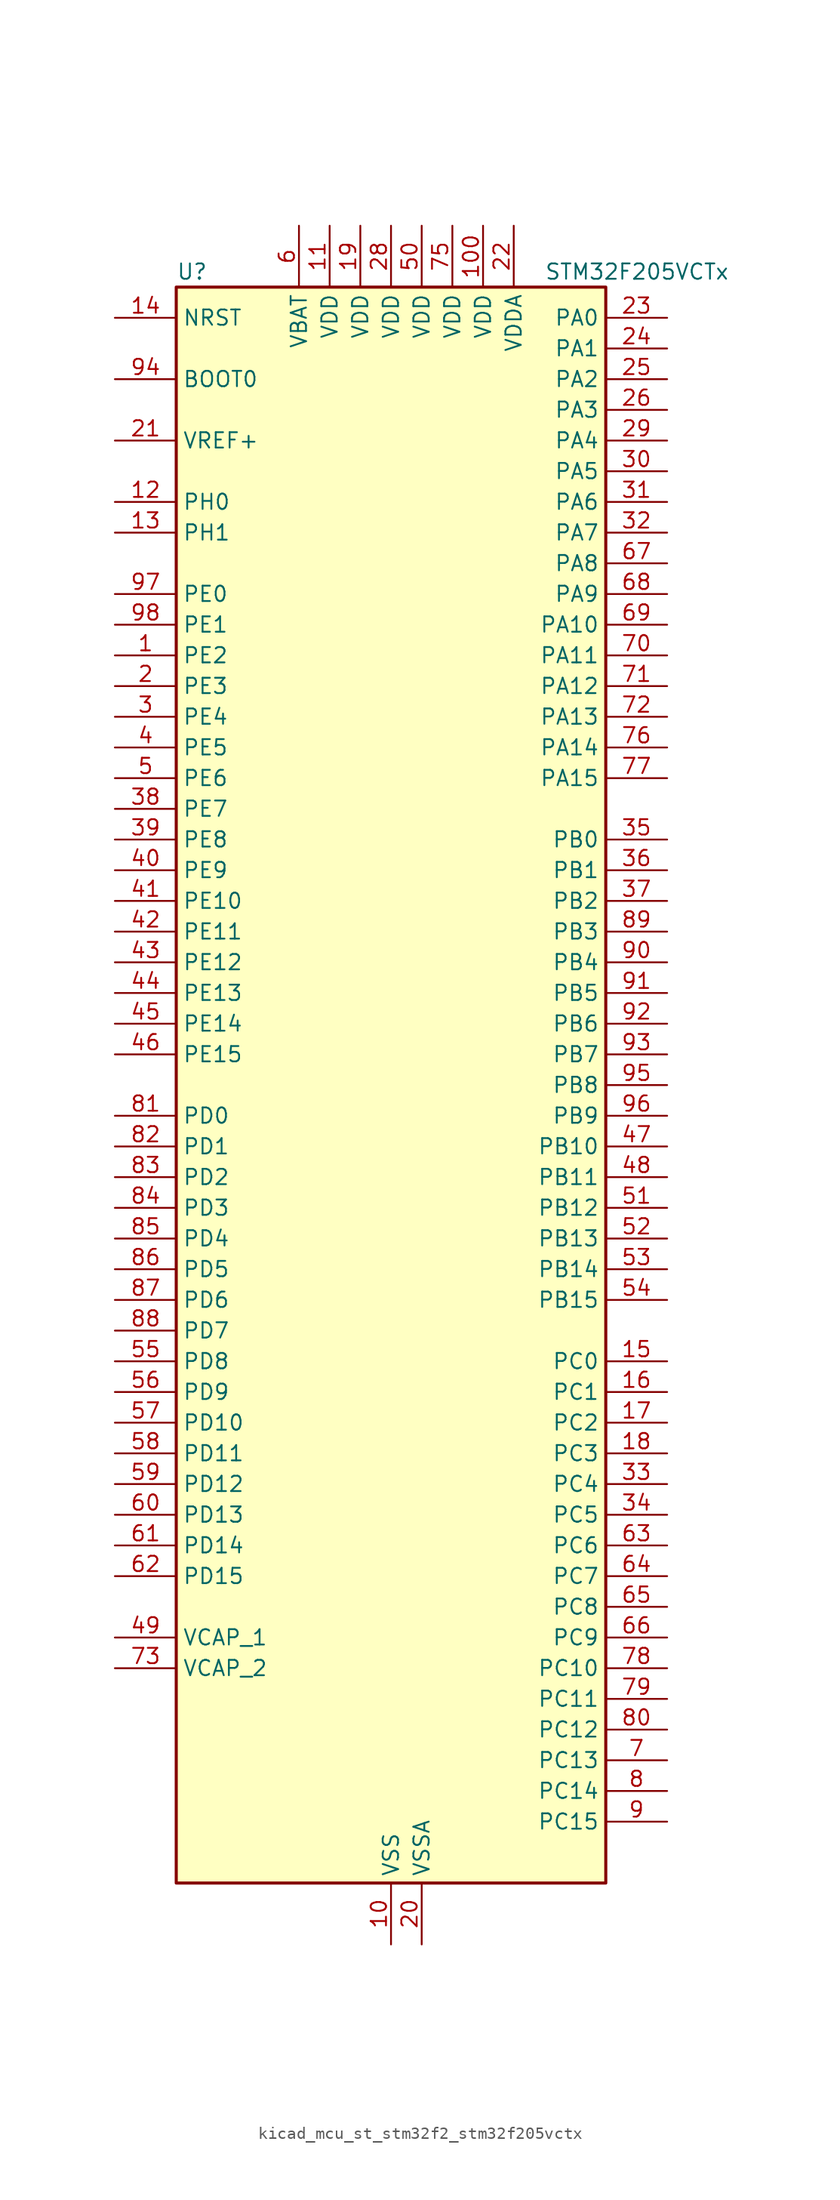
<source format=kicad_sym>
(kicad_symbol_lib
  (version 20220914)
  (generator kicad_symbol_editor)
  (symbol "kicad_mcu_st_stm32f2_stm32f205vctx"
    (property "Reference" "U"
      (at -17.78 67.31 0)
      (effects (font (size 1.27 1.27)) (justify left)))
    (property "Value" "STM32F205VCTx"
      (at 12.7 67.31 0)
      (effects (font (size 1.27 1.27)) (justify left)))
    (property "ki_locked" ""
      (at 0 0 0)
      (effects (font (size 1.27 1.27))))
    (symbol "kicad_mcu_st_stm32f2_stm32f205vctx_0_1"
      (rectangle (start -17.78 -66.04) (end 17.78 66.04) (stroke (width 0.254) (type default)) (fill (type background))))
    (symbol "kicad_mcu_st_stm32f2_stm32f205vctx_1_1"
      (pin bidirectional line (at -22.86 35.56 0) (length 5.08) (name "PE2" (effects (font (size 1.27 1.27)))) (number "1" (effects (font (size 1.27 1.27)))) (alternate "FSMC_A23" bidirectional line) (alternate "SYS_TRACECLK" bidirectional line))
      (pin power_in line (at 0 -71.12 90) (length 5.08) (name "VSS" (effects (font (size 1.27 1.27)))) (number "10" (effects (font (size 1.27 1.27)))))
      (pin power_in line (at 7.62 71.12 270) (length 5.08) (name "VDD" (effects (font (size 1.27 1.27)))) (number "100" (effects (font (size 1.27 1.27)))))
      (pin power_in line (at -5.08 71.12 270) (length 5.08) (name "VDD" (effects (font (size 1.27 1.27)))) (number "11" (effects (font (size 1.27 1.27)))))
      (pin bidirectional line (at -22.86 48.26 0) (length 5.08) (name "PH0" (effects (font (size 1.27 1.27)))) (number "12" (effects (font (size 1.27 1.27)))) (alternate "RCC_OSC_IN" bidirectional line))
      (pin bidirectional line (at -22.86 45.72 0) (length 5.08) (name "PH1" (effects (font (size 1.27 1.27)))) (number "13" (effects (font (size 1.27 1.27)))) (alternate "RCC_OSC_OUT" bidirectional line))
      (pin input line (at -22.86 63.5 0) (length 5.08) (name "NRST" (effects (font (size 1.27 1.27)))) (number "14" (effects (font (size 1.27 1.27)))))
      (pin bidirectional line (at 22.86 -22.86 180) (length 5.08) (name "PC0" (effects (font (size 1.27 1.27)))) (number "15" (effects (font (size 1.27 1.27)))) (alternate "ADC1_IN10" bidirectional line) (alternate "ADC2_IN10" bidirectional line) (alternate "ADC3_IN10" bidirectional line) (alternate "USB_OTG_HS_ULPI_STP" bidirectional line))
      (pin bidirectional line (at 22.86 -25.4 180) (length 5.08) (name "PC1" (effects (font (size 1.27 1.27)))) (number "16" (effects (font (size 1.27 1.27)))) (alternate "ADC1_IN11" bidirectional line) (alternate "ADC2_IN11" bidirectional line) (alternate "ADC3_IN11" bidirectional line))
      (pin bidirectional line (at 22.86 -27.94 180) (length 5.08) (name "PC2" (effects (font (size 1.27 1.27)))) (number "17" (effects (font (size 1.27 1.27)))) (alternate "ADC1_IN12" bidirectional line) (alternate "ADC2_IN12" bidirectional line) (alternate "ADC3_IN12" bidirectional line) (alternate "SPI2_MISO" bidirectional line) (alternate "USB_OTG_HS_ULPI_DIR" bidirectional line))
      (pin bidirectional line (at 22.86 -30.48 180) (length 5.08) (name "PC3" (effects (font (size 1.27 1.27)))) (number "18" (effects (font (size 1.27 1.27)))) (alternate "ADC1_IN13" bidirectional line) (alternate "ADC2_IN13" bidirectional line) (alternate "ADC3_IN13" bidirectional line) (alternate "I2S2_SD" bidirectional line) (alternate "SPI2_MOSI" bidirectional line) (alternate "USB_OTG_HS_ULPI_NXT" bidirectional line))
      (pin power_in line (at -2.54 71.12 270) (length 5.08) (name "VDD" (effects (font (size 1.27 1.27)))) (number "19" (effects (font (size 1.27 1.27)))))
      (pin bidirectional line (at -22.86 33.02 0) (length 5.08) (name "PE3" (effects (font (size 1.27 1.27)))) (number "2" (effects (font (size 1.27 1.27)))) (alternate "FSMC_A19" bidirectional line) (alternate "SYS_TRACED0" bidirectional line))
      (pin power_in line (at 2.54 -71.12 90) (length 5.08) (name "VSSA" (effects (font (size 1.27 1.27)))) (number "20" (effects (font (size 1.27 1.27)))))
      (pin input line (at -22.86 53.34 0) (length 5.08) (name "VREF+" (effects (font (size 1.27 1.27)))) (number "21" (effects (font (size 1.27 1.27)))))
      (pin power_in line (at 10.16 71.12 270) (length 5.08) (name "VDDA" (effects (font (size 1.27 1.27)))) (number "22" (effects (font (size 1.27 1.27)))))
      (pin bidirectional line (at 22.86 63.5 180) (length 5.08) (name "PA0" (effects (font (size 1.27 1.27)))) (number "23" (effects (font (size 1.27 1.27)))) (alternate "ADC1_IN0" bidirectional line) (alternate "ADC2_IN0" bidirectional line) (alternate "ADC3_IN0" bidirectional line) (alternate "SYS_WKUP" bidirectional line) (alternate "TIM2_CH1" bidirectional line) (alternate "TIM2_ETR" bidirectional line) (alternate "TIM5_CH1" bidirectional line) (alternate "TIM8_ETR" bidirectional line) (alternate "UART4_TX" bidirectional line) (alternate "USART2_CTS" bidirectional line))
      (pin bidirectional line (at 22.86 60.96 180) (length 5.08) (name "PA1" (effects (font (size 1.27 1.27)))) (number "24" (effects (font (size 1.27 1.27)))) (alternate "ADC1_IN1" bidirectional line) (alternate "ADC2_IN1" bidirectional line) (alternate "ADC3_IN1" bidirectional line) (alternate "TIM2_CH2" bidirectional line) (alternate "TIM5_CH2" bidirectional line) (alternate "UART4_RX" bidirectional line) (alternate "USART2_RTS" bidirectional line))
      (pin bidirectional line (at 22.86 58.42 180) (length 5.08) (name "PA2" (effects (font (size 1.27 1.27)))) (number "25" (effects (font (size 1.27 1.27)))) (alternate "ADC1_IN2" bidirectional line) (alternate "ADC2_IN2" bidirectional line) (alternate "ADC3_IN2" bidirectional line) (alternate "TIM2_CH3" bidirectional line) (alternate "TIM5_CH3" bidirectional line) (alternate "TIM9_CH1" bidirectional line) (alternate "USART2_TX" bidirectional line))
      (pin bidirectional line (at 22.86 55.88 180) (length 5.08) (name "PA3" (effects (font (size 1.27 1.27)))) (number "26" (effects (font (size 1.27 1.27)))) (alternate "ADC1_IN3" bidirectional line) (alternate "ADC2_IN3" bidirectional line) (alternate "ADC3_IN3" bidirectional line) (alternate "TIM2_CH4" bidirectional line) (alternate "TIM5_CH4" bidirectional line) (alternate "TIM9_CH2" bidirectional line) (alternate "USART2_RX" bidirectional line) (alternate "USB_OTG_HS_ULPI_D0" bidirectional line))
      (pin passive line (at 0 -71.12 90) (length 5.08) hide (name "VSS" (effects (font (size 1.27 1.27)))) (number "27" (effects (font (size 1.27 1.27)))))
      (pin power_in line (at 0 71.12 270) (length 5.08) (name "VDD" (effects (font (size 1.27 1.27)))) (number "28" (effects (font (size 1.27 1.27)))))
      (pin bidirectional line (at 22.86 53.34 180) (length 5.08) (name "PA4" (effects (font (size 1.27 1.27)))) (number "29" (effects (font (size 1.27 1.27)))) (alternate "ADC1_IN4" bidirectional line) (alternate "ADC2_IN4" bidirectional line) (alternate "DAC_OUT1" bidirectional line) (alternate "I2S3_WS" bidirectional line) (alternate "SPI1_NSS" bidirectional line) (alternate "SPI3_NSS" bidirectional line) (alternate "USART2_CK" bidirectional line) (alternate "USB_OTG_HS_SOF" bidirectional line))
      (pin bidirectional line (at -22.86 30.48 0) (length 5.08) (name "PE4" (effects (font (size 1.27 1.27)))) (number "3" (effects (font (size 1.27 1.27)))) (alternate "FSMC_A20" bidirectional line) (alternate "SYS_TRACED1" bidirectional line))
      (pin bidirectional line (at 22.86 50.8 180) (length 5.08) (name "PA5" (effects (font (size 1.27 1.27)))) (number "30" (effects (font (size 1.27 1.27)))) (alternate "ADC1_IN5" bidirectional line) (alternate "ADC2_IN5" bidirectional line) (alternate "DAC_OUT2" bidirectional line) (alternate "SPI1_SCK" bidirectional line) (alternate "TIM2_CH1" bidirectional line) (alternate "TIM2_ETR" bidirectional line) (alternate "TIM8_CH1N" bidirectional line) (alternate "USB_OTG_HS_ULPI_CK" bidirectional line))
      (pin bidirectional line (at 22.86 48.26 180) (length 5.08) (name "PA6" (effects (font (size 1.27 1.27)))) (number "31" (effects (font (size 1.27 1.27)))) (alternate "ADC1_IN6" bidirectional line) (alternate "ADC2_IN6" bidirectional line) (alternate "SPI1_MISO" bidirectional line) (alternate "TIM13_CH1" bidirectional line) (alternate "TIM1_BKIN" bidirectional line) (alternate "TIM3_CH1" bidirectional line) (alternate "TIM8_BKIN" bidirectional line))
      (pin bidirectional line (at 22.86 45.72 180) (length 5.08) (name "PA7" (effects (font (size 1.27 1.27)))) (number "32" (effects (font (size 1.27 1.27)))) (alternate "ADC1_IN7" bidirectional line) (alternate "ADC2_IN7" bidirectional line) (alternate "SPI1_MOSI" bidirectional line) (alternate "TIM14_CH1" bidirectional line) (alternate "TIM1_CH1N" bidirectional line) (alternate "TIM3_CH2" bidirectional line) (alternate "TIM8_CH1N" bidirectional line))
      (pin bidirectional line (at 22.86 -33.02 180) (length 5.08) (name "PC4" (effects (font (size 1.27 1.27)))) (number "33" (effects (font (size 1.27 1.27)))) (alternate "ADC1_IN14" bidirectional line) (alternate "ADC2_IN14" bidirectional line))
      (pin bidirectional line (at 22.86 -35.56 180) (length 5.08) (name "PC5" (effects (font (size 1.27 1.27)))) (number "34" (effects (font (size 1.27 1.27)))) (alternate "ADC1_IN15" bidirectional line) (alternate "ADC2_IN15" bidirectional line))
      (pin bidirectional line (at 22.86 20.32 180) (length 5.08) (name "PB0" (effects (font (size 1.27 1.27)))) (number "35" (effects (font (size 1.27 1.27)))) (alternate "ADC1_IN8" bidirectional line) (alternate "ADC2_IN8" bidirectional line) (alternate "TIM1_CH2N" bidirectional line) (alternate "TIM3_CH3" bidirectional line) (alternate "TIM8_CH2N" bidirectional line) (alternate "USB_OTG_HS_ULPI_D1" bidirectional line))
      (pin bidirectional line (at 22.86 17.78 180) (length 5.08) (name "PB1" (effects (font (size 1.27 1.27)))) (number "36" (effects (font (size 1.27 1.27)))) (alternate "ADC1_IN9" bidirectional line) (alternate "ADC2_IN9" bidirectional line) (alternate "TIM1_CH3N" bidirectional line) (alternate "TIM3_CH4" bidirectional line) (alternate "TIM8_CH3N" bidirectional line) (alternate "USB_OTG_HS_ULPI_D2" bidirectional line))
      (pin bidirectional line (at 22.86 15.24 180) (length 5.08) (name "PB2" (effects (font (size 1.27 1.27)))) (number "37" (effects (font (size 1.27 1.27)))))
      (pin bidirectional line (at -22.86 22.86 0) (length 5.08) (name "PE7" (effects (font (size 1.27 1.27)))) (number "38" (effects (font (size 1.27 1.27)))) (alternate "FSMC_D4" bidirectional line) (alternate "FSMC_DA4" bidirectional line) (alternate "TIM1_ETR" bidirectional line))
      (pin bidirectional line (at -22.86 20.32 0) (length 5.08) (name "PE8" (effects (font (size 1.27 1.27)))) (number "39" (effects (font (size 1.27 1.27)))) (alternate "FSMC_D5" bidirectional line) (alternate "FSMC_DA5" bidirectional line) (alternate "TIM1_CH1N" bidirectional line))
      (pin bidirectional line (at -22.86 27.94 0) (length 5.08) (name "PE5" (effects (font (size 1.27 1.27)))) (number "4" (effects (font (size 1.27 1.27)))) (alternate "FSMC_A21" bidirectional line) (alternate "SYS_TRACED2" bidirectional line) (alternate "TIM9_CH1" bidirectional line))
      (pin bidirectional line (at -22.86 17.78 0) (length 5.08) (name "PE9" (effects (font (size 1.27 1.27)))) (number "40" (effects (font (size 1.27 1.27)))) (alternate "DAC_EXTI9" bidirectional line) (alternate "FSMC_D6" bidirectional line) (alternate "FSMC_DA6" bidirectional line) (alternate "TIM1_CH1" bidirectional line))
      (pin bidirectional line (at -22.86 15.24 0) (length 5.08) (name "PE10" (effects (font (size 1.27 1.27)))) (number "41" (effects (font (size 1.27 1.27)))) (alternate "FSMC_D7" bidirectional line) (alternate "FSMC_DA7" bidirectional line) (alternate "TIM1_CH2N" bidirectional line))
      (pin bidirectional line (at -22.86 12.7 0) (length 5.08) (name "PE11" (effects (font (size 1.27 1.27)))) (number "42" (effects (font (size 1.27 1.27)))) (alternate "ADC1_EXTI11" bidirectional line) (alternate "ADC2_EXTI11" bidirectional line) (alternate "ADC3_EXTI11" bidirectional line) (alternate "FSMC_D8" bidirectional line) (alternate "FSMC_DA8" bidirectional line) (alternate "TIM1_CH2" bidirectional line))
      (pin bidirectional line (at -22.86 10.16 0) (length 5.08) (name "PE12" (effects (font (size 1.27 1.27)))) (number "43" (effects (font (size 1.27 1.27)))) (alternate "FSMC_D9" bidirectional line) (alternate "FSMC_DA9" bidirectional line) (alternate "TIM1_CH3N" bidirectional line))
      (pin bidirectional line (at -22.86 7.62 0) (length 5.08) (name "PE13" (effects (font (size 1.27 1.27)))) (number "44" (effects (font (size 1.27 1.27)))) (alternate "FSMC_D10" bidirectional line) (alternate "FSMC_DA10" bidirectional line) (alternate "TIM1_CH3" bidirectional line))
      (pin bidirectional line (at -22.86 5.08 0) (length 5.08) (name "PE14" (effects (font (size 1.27 1.27)))) (number "45" (effects (font (size 1.27 1.27)))) (alternate "FSMC_D11" bidirectional line) (alternate "FSMC_DA11" bidirectional line) (alternate "TIM1_CH4" bidirectional line))
      (pin bidirectional line (at -22.86 2.54 0) (length 5.08) (name "PE15" (effects (font (size 1.27 1.27)))) (number "46" (effects (font (size 1.27 1.27)))) (alternate "ADC1_EXTI15" bidirectional line) (alternate "ADC2_EXTI15" bidirectional line) (alternate "ADC3_EXTI15" bidirectional line) (alternate "FSMC_D12" bidirectional line) (alternate "FSMC_DA12" bidirectional line) (alternate "TIM1_BKIN" bidirectional line))
      (pin bidirectional line (at 22.86 -5.08 180) (length 5.08) (name "PB10" (effects (font (size 1.27 1.27)))) (number "47" (effects (font (size 1.27 1.27)))) (alternate "I2C2_SCL" bidirectional line) (alternate "I2S2_SCK" bidirectional line) (alternate "SPI2_SCK" bidirectional line) (alternate "TIM2_CH3" bidirectional line) (alternate "USART3_TX" bidirectional line) (alternate "USB_OTG_HS_ULPI_D3" bidirectional line))
      (pin bidirectional line (at 22.86 -7.62 180) (length 5.08) (name "PB11" (effects (font (size 1.27 1.27)))) (number "48" (effects (font (size 1.27 1.27)))) (alternate "ADC1_EXTI11" bidirectional line) (alternate "ADC2_EXTI11" bidirectional line) (alternate "ADC3_EXTI11" bidirectional line) (alternate "I2C2_SDA" bidirectional line) (alternate "TIM2_CH4" bidirectional line) (alternate "USART3_RX" bidirectional line) (alternate "USB_OTG_HS_ULPI_D4" bidirectional line))
      (pin power_out line (at -22.86 -45.72 0) (length 5.08) (name "VCAP_1" (effects (font (size 1.27 1.27)))) (number "49" (effects (font (size 1.27 1.27)))))
      (pin bidirectional line (at -22.86 25.4 0) (length 5.08) (name "PE6" (effects (font (size 1.27 1.27)))) (number "5" (effects (font (size 1.27 1.27)))) (alternate "FSMC_A22" bidirectional line) (alternate "SYS_TRACED3" bidirectional line) (alternate "TIM9_CH2" bidirectional line))
      (pin power_in line (at 2.54 71.12 270) (length 5.08) (name "VDD" (effects (font (size 1.27 1.27)))) (number "50" (effects (font (size 1.27 1.27)))))
      (pin bidirectional line (at 22.86 -10.16 180) (length 5.08) (name "PB12" (effects (font (size 1.27 1.27)))) (number "51" (effects (font (size 1.27 1.27)))) (alternate "CAN2_RX" bidirectional line) (alternate "I2C2_SMBA" bidirectional line) (alternate "I2S2_WS" bidirectional line) (alternate "SPI2_NSS" bidirectional line) (alternate "TIM1_BKIN" bidirectional line) (alternate "USART3_CK" bidirectional line) (alternate "USB_OTG_HS_ID" bidirectional line) (alternate "USB_OTG_HS_ULPI_D5" bidirectional line))
      (pin bidirectional line (at 22.86 -12.7 180) (length 5.08) (name "PB13" (effects (font (size 1.27 1.27)))) (number "52" (effects (font (size 1.27 1.27)))) (alternate "CAN2_TX" bidirectional line) (alternate "I2S2_SCK" bidirectional line) (alternate "SPI2_SCK" bidirectional line) (alternate "TIM1_CH1N" bidirectional line) (alternate "USART3_CTS" bidirectional line) (alternate "USB_OTG_HS_ULPI_D6" bidirectional line) (alternate "USB_OTG_HS_VBUS" bidirectional line))
      (pin bidirectional line (at 22.86 -15.24 180) (length 5.08) (name "PB14" (effects (font (size 1.27 1.27)))) (number "53" (effects (font (size 1.27 1.27)))) (alternate "SPI2_MISO" bidirectional line) (alternate "TIM12_CH1" bidirectional line) (alternate "TIM1_CH2N" bidirectional line) (alternate "TIM8_CH2N" bidirectional line) (alternate "USART3_RTS" bidirectional line) (alternate "USB_OTG_HS_DM" bidirectional line))
      (pin bidirectional line (at 22.86 -17.78 180) (length 5.08) (name "PB15" (effects (font (size 1.27 1.27)))) (number "54" (effects (font (size 1.27 1.27)))) (alternate "ADC1_EXTI15" bidirectional line) (alternate "ADC2_EXTI15" bidirectional line) (alternate "ADC3_EXTI15" bidirectional line) (alternate "I2S2_SD" bidirectional line) (alternate "RTC_REFIN" bidirectional line) (alternate "SPI2_MOSI" bidirectional line) (alternate "TIM12_CH2" bidirectional line) (alternate "TIM1_CH3N" bidirectional line) (alternate "TIM8_CH3N" bidirectional line) (alternate "USB_OTG_HS_DP" bidirectional line))
      (pin bidirectional line (at -22.86 -22.86 0) (length 5.08) (name "PD8" (effects (font (size 1.27 1.27)))) (number "55" (effects (font (size 1.27 1.27)))) (alternate "FSMC_D13" bidirectional line) (alternate "FSMC_DA13" bidirectional line) (alternate "USART3_TX" bidirectional line))
      (pin bidirectional line (at -22.86 -25.4 0) (length 5.08) (name "PD9" (effects (font (size 1.27 1.27)))) (number "56" (effects (font (size 1.27 1.27)))) (alternate "DAC_EXTI9" bidirectional line) (alternate "FSMC_D14" bidirectional line) (alternate "FSMC_DA14" bidirectional line) (alternate "USART3_RX" bidirectional line))
      (pin bidirectional line (at -22.86 -27.94 0) (length 5.08) (name "PD10" (effects (font (size 1.27 1.27)))) (number "57" (effects (font (size 1.27 1.27)))) (alternate "FSMC_D15" bidirectional line) (alternate "FSMC_DA15" bidirectional line) (alternate "USART3_CK" bidirectional line))
      (pin bidirectional line (at -22.86 -30.48 0) (length 5.08) (name "PD11" (effects (font (size 1.27 1.27)))) (number "58" (effects (font (size 1.27 1.27)))) (alternate "ADC1_EXTI11" bidirectional line) (alternate "ADC2_EXTI11" bidirectional line) (alternate "ADC3_EXTI11" bidirectional line) (alternate "FSMC_A16" bidirectional line) (alternate "FSMC_CLE" bidirectional line) (alternate "USART3_CTS" bidirectional line))
      (pin bidirectional line (at -22.86 -33.02 0) (length 5.08) (name "PD12" (effects (font (size 1.27 1.27)))) (number "59" (effects (font (size 1.27 1.27)))) (alternate "FSMC_A17" bidirectional line) (alternate "FSMC_ALE" bidirectional line) (alternate "TIM4_CH1" bidirectional line) (alternate "USART3_RTS" bidirectional line))
      (pin power_in line (at -7.62 71.12 270) (length 5.08) (name "VBAT" (effects (font (size 1.27 1.27)))) (number "6" (effects (font (size 1.27 1.27)))))
      (pin bidirectional line (at -22.86 -35.56 0) (length 5.08) (name "PD13" (effects (font (size 1.27 1.27)))) (number "60" (effects (font (size 1.27 1.27)))) (alternate "FSMC_A18" bidirectional line) (alternate "TIM4_CH2" bidirectional line))
      (pin bidirectional line (at -22.86 -38.1 0) (length 5.08) (name "PD14" (effects (font (size 1.27 1.27)))) (number "61" (effects (font (size 1.27 1.27)))) (alternate "FSMC_D0" bidirectional line) (alternate "FSMC_DA0" bidirectional line) (alternate "TIM4_CH3" bidirectional line))
      (pin bidirectional line (at -22.86 -40.64 0) (length 5.08) (name "PD15" (effects (font (size 1.27 1.27)))) (number "62" (effects (font (size 1.27 1.27)))) (alternate "ADC1_EXTI15" bidirectional line) (alternate "ADC2_EXTI15" bidirectional line) (alternate "ADC3_EXTI15" bidirectional line) (alternate "FSMC_D1" bidirectional line) (alternate "FSMC_DA1" bidirectional line) (alternate "TIM4_CH4" bidirectional line))
      (pin bidirectional line (at 22.86 -38.1 180) (length 5.08) (name "PC6" (effects (font (size 1.27 1.27)))) (number "63" (effects (font (size 1.27 1.27)))) (alternate "I2S2_MCK" bidirectional line) (alternate "SDIO_D6" bidirectional line) (alternate "TIM3_CH1" bidirectional line) (alternate "TIM8_CH1" bidirectional line) (alternate "USART6_TX" bidirectional line))
      (pin bidirectional line (at 22.86 -40.64 180) (length 5.08) (name "PC7" (effects (font (size 1.27 1.27)))) (number "64" (effects (font (size 1.27 1.27)))) (alternate "I2S3_MCK" bidirectional line) (alternate "SDIO_D7" bidirectional line) (alternate "TIM3_CH2" bidirectional line) (alternate "TIM8_CH2" bidirectional line) (alternate "USART6_RX" bidirectional line))
      (pin bidirectional line (at 22.86 -43.18 180) (length 5.08) (name "PC8" (effects (font (size 1.27 1.27)))) (number "65" (effects (font (size 1.27 1.27)))) (alternate "SDIO_D0" bidirectional line) (alternate "TIM3_CH3" bidirectional line) (alternate "TIM8_CH3" bidirectional line) (alternate "USART6_CK" bidirectional line))
      (pin bidirectional line (at 22.86 -45.72 180) (length 5.08) (name "PC9" (effects (font (size 1.27 1.27)))) (number "66" (effects (font (size 1.27 1.27)))) (alternate "DAC_EXTI9" bidirectional line) (alternate "I2C3_SDA" bidirectional line) (alternate "I2S_CKIN" bidirectional line) (alternate "RCC_MCO_2" bidirectional line) (alternate "SDIO_D1" bidirectional line) (alternate "TIM3_CH4" bidirectional line) (alternate "TIM8_CH4" bidirectional line))
      (pin bidirectional line (at 22.86 43.18 180) (length 5.08) (name "PA8" (effects (font (size 1.27 1.27)))) (number "67" (effects (font (size 1.27 1.27)))) (alternate "I2C3_SCL" bidirectional line) (alternate "RCC_MCO_1" bidirectional line) (alternate "TIM1_CH1" bidirectional line) (alternate "USART1_CK" bidirectional line) (alternate "USB_OTG_FS_SOF" bidirectional line))
      (pin bidirectional line (at 22.86 40.64 180) (length 5.08) (name "PA9" (effects (font (size 1.27 1.27)))) (number "68" (effects (font (size 1.27 1.27)))) (alternate "DAC_EXTI9" bidirectional line) (alternate "I2C3_SMBA" bidirectional line) (alternate "TIM1_CH2" bidirectional line) (alternate "USART1_TX" bidirectional line) (alternate "USB_OTG_FS_VBUS" bidirectional line))
      (pin bidirectional line (at 22.86 38.1 180) (length 5.08) (name "PA10" (effects (font (size 1.27 1.27)))) (number "69" (effects (font (size 1.27 1.27)))) (alternate "TIM1_CH3" bidirectional line) (alternate "USART1_RX" bidirectional line) (alternate "USB_OTG_FS_ID" bidirectional line))
      (pin bidirectional line (at 22.86 -55.88 180) (length 5.08) (name "PC13" (effects (font (size 1.27 1.27)))) (number "7" (effects (font (size 1.27 1.27)))) (alternate "RTC_AF1" bidirectional line))
      (pin bidirectional line (at 22.86 35.56 180) (length 5.08) (name "PA11" (effects (font (size 1.27 1.27)))) (number "70" (effects (font (size 1.27 1.27)))) (alternate "ADC1_EXTI11" bidirectional line) (alternate "ADC2_EXTI11" bidirectional line) (alternate "ADC3_EXTI11" bidirectional line) (alternate "CAN1_RX" bidirectional line) (alternate "TIM1_CH4" bidirectional line) (alternate "USART1_CTS" bidirectional line) (alternate "USB_OTG_FS_DM" bidirectional line))
      (pin bidirectional line (at 22.86 33.02 180) (length 5.08) (name "PA12" (effects (font (size 1.27 1.27)))) (number "71" (effects (font (size 1.27 1.27)))) (alternate "CAN1_TX" bidirectional line) (alternate "TIM1_ETR" bidirectional line) (alternate "USART1_RTS" bidirectional line) (alternate "USB_OTG_FS_DP" bidirectional line))
      (pin bidirectional line (at 22.86 30.48 180) (length 5.08) (name "PA13" (effects (font (size 1.27 1.27)))) (number "72" (effects (font (size 1.27 1.27)))) (alternate "SYS_JTMS-SWDIO" bidirectional line))
      (pin power_out line (at -22.86 -48.26 0) (length 5.08) (name "VCAP_2" (effects (font (size 1.27 1.27)))) (number "73" (effects (font (size 1.27 1.27)))))
      (pin passive line (at 0 -71.12 90) (length 5.08) hide (name "VSS" (effects (font (size 1.27 1.27)))) (number "74" (effects (font (size 1.27 1.27)))))
      (pin power_in line (at 5.08 71.12 270) (length 5.08) (name "VDD" (effects (font (size 1.27 1.27)))) (number "75" (effects (font (size 1.27 1.27)))))
      (pin bidirectional line (at 22.86 27.94 180) (length 5.08) (name "PA14" (effects (font (size 1.27 1.27)))) (number "76" (effects (font (size 1.27 1.27)))) (alternate "SYS_JTCK-SWCLK" bidirectional line))
      (pin bidirectional line (at 22.86 25.4 180) (length 5.08) (name "PA15" (effects (font (size 1.27 1.27)))) (number "77" (effects (font (size 1.27 1.27)))) (alternate "ADC1_EXTI15" bidirectional line) (alternate "ADC2_EXTI15" bidirectional line) (alternate "ADC3_EXTI15" bidirectional line) (alternate "I2S3_WS" bidirectional line) (alternate "SPI1_NSS" bidirectional line) (alternate "SPI3_NSS" bidirectional line) (alternate "SYS_JTDI" bidirectional line) (alternate "TIM2_CH1" bidirectional line) (alternate "TIM2_ETR" bidirectional line))
      (pin bidirectional line (at 22.86 -48.26 180) (length 5.08) (name "PC10" (effects (font (size 1.27 1.27)))) (number "78" (effects (font (size 1.27 1.27)))) (alternate "I2S3_SCK" bidirectional line) (alternate "SDIO_D2" bidirectional line) (alternate "SPI3_SCK" bidirectional line) (alternate "UART4_TX" bidirectional line) (alternate "USART3_TX" bidirectional line))
      (pin bidirectional line (at 22.86 -50.8 180) (length 5.08) (name "PC11" (effects (font (size 1.27 1.27)))) (number "79" (effects (font (size 1.27 1.27)))) (alternate "ADC1_EXTI11" bidirectional line) (alternate "ADC2_EXTI11" bidirectional line) (alternate "ADC3_EXTI11" bidirectional line) (alternate "SDIO_D3" bidirectional line) (alternate "SPI3_MISO" bidirectional line) (alternate "UART4_RX" bidirectional line) (alternate "USART3_RX" bidirectional line))
      (pin bidirectional line (at 22.86 -58.42 180) (length 5.08) (name "PC14" (effects (font (size 1.27 1.27)))) (number "8" (effects (font (size 1.27 1.27)))) (alternate "RCC_OSC32_IN" bidirectional line))
      (pin bidirectional line (at 22.86 -53.34 180) (length 5.08) (name "PC12" (effects (font (size 1.27 1.27)))) (number "80" (effects (font (size 1.27 1.27)))) (alternate "I2S3_SD" bidirectional line) (alternate "SDIO_CK" bidirectional line) (alternate "SPI3_MOSI" bidirectional line) (alternate "UART5_TX" bidirectional line) (alternate "USART3_CK" bidirectional line))
      (pin bidirectional line (at -22.86 -2.54 0) (length 5.08) (name "PD0" (effects (font (size 1.27 1.27)))) (number "81" (effects (font (size 1.27 1.27)))) (alternate "CAN1_RX" bidirectional line) (alternate "FSMC_D2" bidirectional line) (alternate "FSMC_DA2" bidirectional line))
      (pin bidirectional line (at -22.86 -5.08 0) (length 5.08) (name "PD1" (effects (font (size 1.27 1.27)))) (number "82" (effects (font (size 1.27 1.27)))) (alternate "CAN1_TX" bidirectional line) (alternate "FSMC_D3" bidirectional line) (alternate "FSMC_DA3" bidirectional line))
      (pin bidirectional line (at -22.86 -7.62 0) (length 5.08) (name "PD2" (effects (font (size 1.27 1.27)))) (number "83" (effects (font (size 1.27 1.27)))) (alternate "SDIO_CMD" bidirectional line) (alternate "TIM3_ETR" bidirectional line) (alternate "UART5_RX" bidirectional line))
      (pin bidirectional line (at -22.86 -10.16 0) (length 5.08) (name "PD3" (effects (font (size 1.27 1.27)))) (number "84" (effects (font (size 1.27 1.27)))) (alternate "FSMC_CLK" bidirectional line) (alternate "USART2_CTS" bidirectional line))
      (pin bidirectional line (at -22.86 -12.7 0) (length 5.08) (name "PD4" (effects (font (size 1.27 1.27)))) (number "85" (effects (font (size 1.27 1.27)))) (alternate "FSMC_NOE" bidirectional line) (alternate "USART2_RTS" bidirectional line))
      (pin bidirectional line (at -22.86 -15.24 0) (length 5.08) (name "PD5" (effects (font (size 1.27 1.27)))) (number "86" (effects (font (size 1.27 1.27)))) (alternate "FSMC_NWE" bidirectional line) (alternate "USART2_TX" bidirectional line))
      (pin bidirectional line (at -22.86 -17.78 0) (length 5.08) (name "PD6" (effects (font (size 1.27 1.27)))) (number "87" (effects (font (size 1.27 1.27)))) (alternate "FSMC_NWAIT" bidirectional line) (alternate "USART2_RX" bidirectional line))
      (pin bidirectional line (at -22.86 -20.32 0) (length 5.08) (name "PD7" (effects (font (size 1.27 1.27)))) (number "88" (effects (font (size 1.27 1.27)))) (alternate "FSMC_NCE2" bidirectional line) (alternate "FSMC_NE1" bidirectional line) (alternate "USART2_CK" bidirectional line))
      (pin bidirectional line (at 22.86 12.7 180) (length 5.08) (name "PB3" (effects (font (size 1.27 1.27)))) (number "89" (effects (font (size 1.27 1.27)))) (alternate "I2S3_SCK" bidirectional line) (alternate "SPI1_SCK" bidirectional line) (alternate "SPI3_SCK" bidirectional line) (alternate "SYS_JTDO-SWO" bidirectional line) (alternate "TIM2_CH2" bidirectional line))
      (pin bidirectional line (at 22.86 -60.96 180) (length 5.08) (name "PC15" (effects (font (size 1.27 1.27)))) (number "9" (effects (font (size 1.27 1.27)))) (alternate "ADC1_EXTI15" bidirectional line) (alternate "ADC2_EXTI15" bidirectional line) (alternate "ADC3_EXTI15" bidirectional line) (alternate "RCC_OSC32_OUT" bidirectional line))
      (pin bidirectional line (at 22.86 10.16 180) (length 5.08) (name "PB4" (effects (font (size 1.27 1.27)))) (number "90" (effects (font (size 1.27 1.27)))) (alternate "SPI1_MISO" bidirectional line) (alternate "SPI3_MISO" bidirectional line) (alternate "SYS_JTRST" bidirectional line) (alternate "TIM3_CH1" bidirectional line))
      (pin bidirectional line (at 22.86 7.62 180) (length 5.08) (name "PB5" (effects (font (size 1.27 1.27)))) (number "91" (effects (font (size 1.27 1.27)))) (alternate "CAN2_RX" bidirectional line) (alternate "I2C1_SMBA" bidirectional line) (alternate "I2S3_SD" bidirectional line) (alternate "SPI1_MOSI" bidirectional line) (alternate "SPI3_MOSI" bidirectional line) (alternate "TIM3_CH2" bidirectional line) (alternate "USB_OTG_HS_ULPI_D7" bidirectional line))
      (pin bidirectional line (at 22.86 5.08 180) (length 5.08) (name "PB6" (effects (font (size 1.27 1.27)))) (number "92" (effects (font (size 1.27 1.27)))) (alternate "CAN2_TX" bidirectional line) (alternate "I2C1_SCL" bidirectional line) (alternate "TIM4_CH1" bidirectional line) (alternate "USART1_TX" bidirectional line))
      (pin bidirectional line (at 22.86 2.54 180) (length 5.08) (name "PB7" (effects (font (size 1.27 1.27)))) (number "93" (effects (font (size 1.27 1.27)))) (alternate "FSMC_NL" bidirectional line) (alternate "I2C1_SDA" bidirectional line) (alternate "TIM4_CH2" bidirectional line) (alternate "USART1_RX" bidirectional line))
      (pin input line (at -22.86 58.42 0) (length 5.08) (name "BOOT0" (effects (font (size 1.27 1.27)))) (number "94" (effects (font (size 1.27 1.27)))))
      (pin bidirectional line (at 22.86 0 180) (length 5.08) (name "PB8" (effects (font (size 1.27 1.27)))) (number "95" (effects (font (size 1.27 1.27)))) (alternate "CAN1_RX" bidirectional line) (alternate "I2C1_SCL" bidirectional line) (alternate "SDIO_D4" bidirectional line) (alternate "TIM10_CH1" bidirectional line) (alternate "TIM4_CH3" bidirectional line))
      (pin bidirectional line (at 22.86 -2.54 180) (length 5.08) (name "PB9" (effects (font (size 1.27 1.27)))) (number "96" (effects (font (size 1.27 1.27)))) (alternate "CAN1_TX" bidirectional line) (alternate "DAC_EXTI9" bidirectional line) (alternate "I2C1_SDA" bidirectional line) (alternate "I2S2_WS" bidirectional line) (alternate "SDIO_D5" bidirectional line) (alternate "SPI2_NSS" bidirectional line) (alternate "TIM11_CH1" bidirectional line) (alternate "TIM4_CH4" bidirectional line))
      (pin bidirectional line (at -22.86 40.64 0) (length 5.08) (name "PE0" (effects (font (size 1.27 1.27)))) (number "97" (effects (font (size 1.27 1.27)))) (alternate "FSMC_NBL0" bidirectional line) (alternate "TIM4_ETR" bidirectional line))
      (pin bidirectional line (at -22.86 38.1 0) (length 5.08) (name "PE1" (effects (font (size 1.27 1.27)))) (number "98" (effects (font (size 1.27 1.27)))) (alternate "FSMC_NBL1" bidirectional line))
      (pin no_connect line (at -17.78 -66.04 0) (length 5.08) hide (name "RFU" (effects (font (size 1.27 1.27)))) (number "99" (effects (font (size 1.27 1.27))))))))
</source>
